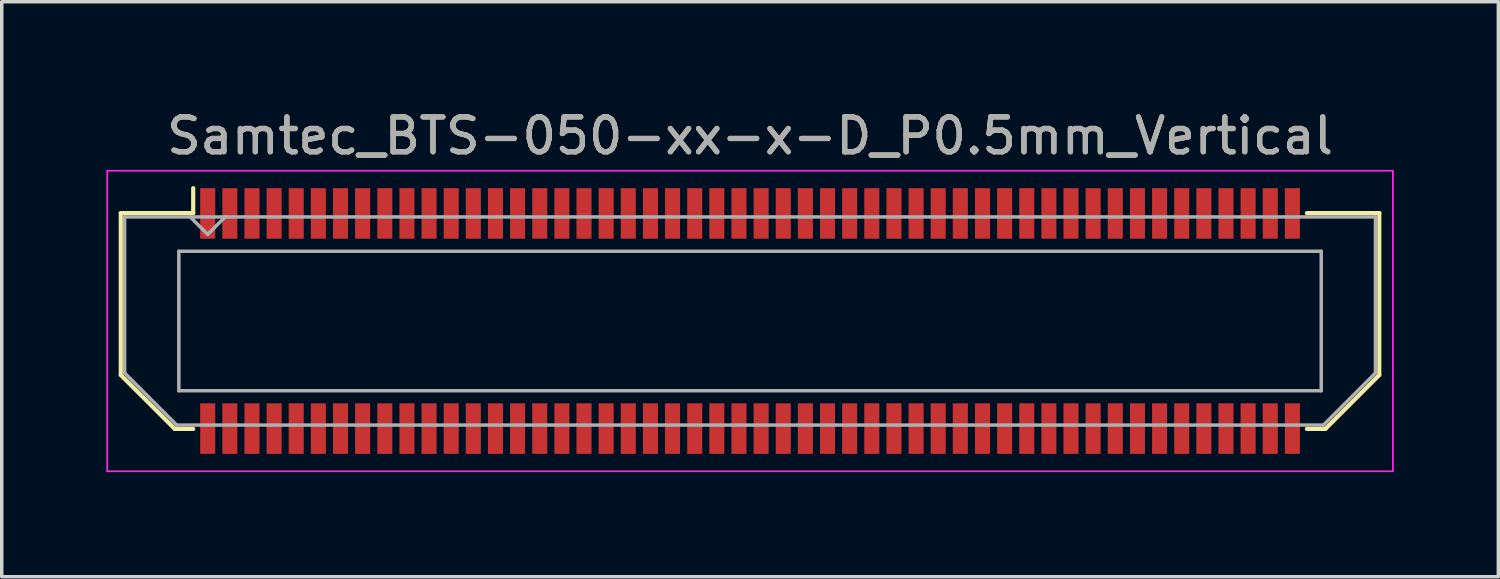
<source format=kicad_pcb>
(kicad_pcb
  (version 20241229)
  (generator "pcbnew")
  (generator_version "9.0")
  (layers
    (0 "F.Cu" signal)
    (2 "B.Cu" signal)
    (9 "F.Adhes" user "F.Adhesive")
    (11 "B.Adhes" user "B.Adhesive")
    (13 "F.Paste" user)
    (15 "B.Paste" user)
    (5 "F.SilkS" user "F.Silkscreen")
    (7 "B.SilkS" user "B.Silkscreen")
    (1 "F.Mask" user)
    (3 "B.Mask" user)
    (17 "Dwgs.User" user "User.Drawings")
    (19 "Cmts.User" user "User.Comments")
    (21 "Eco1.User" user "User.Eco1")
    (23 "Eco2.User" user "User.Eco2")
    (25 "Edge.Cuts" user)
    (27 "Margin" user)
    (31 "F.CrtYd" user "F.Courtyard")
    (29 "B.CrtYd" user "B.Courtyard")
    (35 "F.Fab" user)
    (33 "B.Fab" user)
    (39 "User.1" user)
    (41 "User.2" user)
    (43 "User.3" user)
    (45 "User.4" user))
  (footprint "Samtec_BTS-050-xx-x-D_P0.5mm_Vertical"
    (layer "F.Cu")
    (at 18.465 6.158)
    (property "Reference" "Samtec_BTS-050-xx-x-D_P0.5mm_Vertical" (at 0 -5.31 0) (layer "F.SilkS") (effects (font (size 1 1) (thickness 0.15))))
    (attr smd)
    (fp_line (start -18.05 -3.095) (end -18.05 1.548) (stroke (width 0.12) (type solid)) (layer "F.SilkS"))
    (fp_line (start -18.05 1.548) (end -16.503 3.095) (stroke (width 0.12) (type solid)) (layer "F.SilkS"))
    (fp_line (start -16.503 3.095) (end -15.973 3.095) (stroke (width 0.12) (type solid)) (layer "F.SilkS"))
    (fp_line (start -15.973 -3.811) (end -15.973 -3.095) (stroke (width 0.12) (type solid)) (layer "F.SilkS"))
    (fp_line (start -15.973 -3.095) (end -18.05 -3.095) (stroke (width 0.12) (type solid)) (layer "F.SilkS"))
    (fp_line (start 15.973 -3.095) (end 18.05 -3.095) (stroke (width 0.12) (type solid)) (layer "F.SilkS"))
    (fp_line (start 16.503 3.095) (end 15.973 3.095) (stroke (width 0.12) (type solid)) (layer "F.SilkS"))
    (fp_line (start 18.05 -3.095) (end 18.05 1.548) (stroke (width 0.12) (type solid)) (layer "F.SilkS"))
    (fp_line (start 18.05 1.548) (end 16.503 3.095) (stroke (width 0.12) (type solid)) (layer "F.SilkS"))
    (fp_line (start -18.44 -4.31) (end -18.44 4.31) (stroke (width 0.05) (type solid)) (layer "F.CrtYd"))
    (fp_line (start -18.44 4.31) (end 18.44 4.31) (stroke (width 0.05) (type solid)) (layer "F.CrtYd"))
    (fp_line (start 18.44 -4.31) (end -18.44 -4.31) (stroke (width 0.05) (type solid)) (layer "F.CrtYd"))
    (fp_line (start 18.44 4.31) (end 18.44 -4.31) (stroke (width 0.05) (type solid)) (layer "F.CrtYd"))
    (fp_line (start -17.94 -2.985) (end -17.94 1.492) (stroke (width 0.1) (type solid)) (layer "F.Fab"))
    (fp_line (start -17.94 -2.985) (end 17.94 -2.985) (stroke (width 0.1) (type solid)) (layer "F.Fab"))
    (fp_line (start -17.94 1.492) (end -16.448 2.985) (stroke (width 0.1) (type solid)) (layer "F.Fab"))
    (fp_line (start -16.448 2.985) (end 16.448 2.985) (stroke (width 0.1) (type solid)) (layer "F.Fab"))
    (fp_line (start -16.385 -2) (end -16.385 2) (stroke (width 0.1) (type solid)) (layer "F.Fab"))
    (fp_line (start -16.385 2) (end 16.385 2) (stroke (width 0.1) (type solid)) (layer "F.Fab"))
    (fp_line (start -15.557 -2.485) (end -16.058 -2.985) (stroke (width 0.1) (type solid)) (layer "F.Fab"))
    (fp_line (start -15.057 -2.985) (end -15.557 -2.485) (stroke (width 0.1) (type solid)) (layer "F.Fab"))
    (fp_line (start 16.385 -2) (end -16.385 -2) (stroke (width 0.1) (type solid)) (layer "F.Fab"))
    (fp_line (start 16.385 2) (end 16.385 -2) (stroke (width 0.1) (type solid)) (layer "F.Fab"))
    (fp_line (start 17.94 -2.985) (end 17.94 1.492) (stroke (width 0.1) (type solid)) (layer "F.Fab"))
    (fp_line (start 17.94 1.492) (end 16.448 2.985) (stroke (width 0.1) (type solid)) (layer "F.Fab"))
    (fp_text user "${REFERENCE}" (at 0 -5.31 0) (layer "F.Fab") (effects (font (size 1 1) (thickness 0.15))))
    (pad "1" smd rect (at -15.557 -3.086) (size 0.432 1.45) (layers "F.Cu" "F.Mask" "F.Paste"))
    (pad "2" smd rect (at -15.557 3.086) (size 0.432 1.45) (layers "F.Cu" "F.Mask" "F.Paste"))
    (pad "3" smd rect (at -14.922 -3.086) (size 0.432 1.45) (layers "F.Cu" "F.Mask" "F.Paste"))
    (pad "4" smd rect (at -14.922 3.086) (size 0.432 1.45) (layers "F.Cu" "F.Mask" "F.Paste"))
    (pad "5" smd rect (at -14.287 -3.086) (size 0.432 1.45) (layers "F.Cu" "F.Mask" "F.Paste"))
    (pad "6" smd rect (at -14.287 3.086) (size 0.432 1.45) (layers "F.Cu" "F.Mask" "F.Paste"))
    (pad "7" smd rect (at -13.652 -3.086) (size 0.432 1.45) (layers "F.Cu" "F.Mask" "F.Paste"))
    (pad "8" smd rect (at -13.652 3.086) (size 0.432 1.45) (layers "F.Cu" "F.Mask" "F.Paste"))
    (pad "9" smd rect (at -13.018 -3.086) (size 0.432 1.45) (layers "F.Cu" "F.Mask" "F.Paste"))
    (pad "10" smd rect (at -13.018 3.086) (size 0.432 1.45) (layers "F.Cu" "F.Mask" "F.Paste"))
    (pad "11" smd rect (at -12.383 -3.086) (size 0.432 1.45) (layers "F.Cu" "F.Mask" "F.Paste"))
    (pad "12" smd rect (at -12.383 3.086) (size 0.432 1.45) (layers "F.Cu" "F.Mask" "F.Paste"))
    (pad "13" smd rect (at -11.748 -3.086) (size 0.432 1.45) (layers "F.Cu" "F.Mask" "F.Paste"))
    (pad "14" smd rect (at -11.748 3.086) (size 0.432 1.45) (layers "F.Cu" "F.Mask" "F.Paste"))
    (pad "15" smd rect (at -11.113 -3.086) (size 0.432 1.45) (layers "F.Cu" "F.Mask" "F.Paste"))
    (pad "16" smd rect (at -11.113 3.086) (size 0.432 1.45) (layers "F.Cu" "F.Mask" "F.Paste"))
    (pad "17" smd rect (at -10.477 -3.086) (size 0.432 1.45) (layers "F.Cu" "F.Mask" "F.Paste"))
    (pad "18" smd rect (at -10.477 3.086) (size 0.432 1.45) (layers "F.Cu" "F.Mask" "F.Paste"))
    (pad "19" smd rect (at -9.842 -3.086) (size 0.432 1.45) (layers "F.Cu" "F.Mask" "F.Paste"))
    (pad "20" smd rect (at -9.842 3.086) (size 0.432 1.45) (layers "F.Cu" "F.Mask" "F.Paste"))
    (pad "21" smd rect (at -9.207 -3.086) (size 0.432 1.45) (layers "F.Cu" "F.Mask" "F.Paste"))
    (pad "22" smd rect (at -9.207 3.086) (size 0.432 1.45) (layers "F.Cu" "F.Mask" "F.Paste"))
    (pad "23" smd rect (at -8.572 -3.086) (size 0.432 1.45) (layers "F.Cu" "F.Mask" "F.Paste"))
    (pad "24" smd rect (at -8.572 3.086) (size 0.432 1.45) (layers "F.Cu" "F.Mask" "F.Paste"))
    (pad "25" smd rect (at -7.938 -3.086) (size 0.432 1.45) (layers "F.Cu" "F.Mask" "F.Paste"))
    (pad "26" smd rect (at -7.938 3.086) (size 0.432 1.45) (layers "F.Cu" "F.Mask" "F.Paste"))
    (pad "27" smd rect (at -7.303 -3.086) (size 0.432 1.45) (layers "F.Cu" "F.Mask" "F.Paste"))
    (pad "28" smd rect (at -7.303 3.086) (size 0.432 1.45) (layers "F.Cu" "F.Mask" "F.Paste"))
    (pad "29" smd rect (at -6.668 -3.086) (size 0.432 1.45) (layers "F.Cu" "F.Mask" "F.Paste"))
    (pad "30" smd rect (at -6.668 3.086) (size 0.432 1.45) (layers "F.Cu" "F.Mask" "F.Paste"))
    (pad "31" smd rect (at -6.032 -3.086) (size 0.432 1.45) (layers "F.Cu" "F.Mask" "F.Paste"))
    (pad "32" smd rect (at -6.032 3.086) (size 0.432 1.45) (layers "F.Cu" "F.Mask" "F.Paste"))
    (pad "33" smd rect (at -5.397 -3.086) (size 0.432 1.45) (layers "F.Cu" "F.Mask" "F.Paste"))
    (pad "34" smd rect (at -5.397 3.086) (size 0.432 1.45) (layers "F.Cu" "F.Mask" "F.Paste"))
    (pad "35" smd rect (at -4.763 -3.086) (size 0.432 1.45) (layers "F.Cu" "F.Mask" "F.Paste"))
    (pad "36" smd rect (at -4.763 3.086) (size 0.432 1.45) (layers "F.Cu" "F.Mask" "F.Paste"))
    (pad "37" smd rect (at -4.128 -3.086) (size 0.432 1.45) (layers "F.Cu" "F.Mask" "F.Paste"))
    (pad "38" smd rect (at -4.128 3.086) (size 0.432 1.45) (layers "F.Cu" "F.Mask" "F.Paste"))
    (pad "39" smd rect (at -3.493 -3.086) (size 0.432 1.45) (layers "F.Cu" "F.Mask" "F.Paste"))
    (pad "40" smd rect (at -3.493 3.086) (size 0.432 1.45) (layers "F.Cu" "F.Mask" "F.Paste"))
    (pad "41" smd rect (at -2.857 -3.086) (size 0.432 1.45) (layers "F.Cu" "F.Mask" "F.Paste"))
    (pad "42" smd rect (at -2.857 3.086) (size 0.432 1.45) (layers "F.Cu" "F.Mask" "F.Paste"))
    (pad "43" smd rect (at -2.223 -3.086) (size 0.432 1.45) (layers "F.Cu" "F.Mask" "F.Paste"))
    (pad "44" smd rect (at -2.223 3.086) (size 0.432 1.45) (layers "F.Cu" "F.Mask" "F.Paste"))
    (pad "45" smd rect (at -1.587 -3.086) (size 0.432 1.45) (layers "F.Cu" "F.Mask" "F.Paste"))
    (pad "46" smd rect (at -1.587 3.086) (size 0.432 1.45) (layers "F.Cu" "F.Mask" "F.Paste"))
    (pad "47" smd rect (at -0.953 -3.086) (size 0.432 1.45) (layers "F.Cu" "F.Mask" "F.Paste"))
    (pad "48" smd rect (at -0.953 3.086) (size 0.432 1.45) (layers "F.Cu" "F.Mask" "F.Paste"))
    (pad "49" smd rect (at -0.318 -3.086) (size 0.432 1.45) (layers "F.Cu" "F.Mask" "F.Paste"))
    (pad "50" smd rect (at -0.318 3.086) (size 0.432 1.45) (layers "F.Cu" "F.Mask" "F.Paste"))
    (pad "51" smd rect (at 0.318 -3.086) (size 0.432 1.45) (layers "F.Cu" "F.Mask" "F.Paste"))
    (pad "52" smd rect (at 0.318 3.086) (size 0.432 1.45) (layers "F.Cu" "F.Mask" "F.Paste"))
    (pad "53" smd rect (at 0.953 -3.086) (size 0.432 1.45) (layers "F.Cu" "F.Mask" "F.Paste"))
    (pad "54" smd rect (at 0.953 3.086) (size 0.432 1.45) (layers "F.Cu" "F.Mask" "F.Paste"))
    (pad "55" smd rect (at 1.587 -3.086) (size 0.432 1.45) (layers "F.Cu" "F.Mask" "F.Paste"))
    (pad "56" smd rect (at 1.587 3.086) (size 0.432 1.45) (layers "F.Cu" "F.Mask" "F.Paste"))
    (pad "57" smd rect (at 2.223 -3.086) (size 0.432 1.45) (layers "F.Cu" "F.Mask" "F.Paste"))
    (pad "58" smd rect (at 2.223 3.086) (size 0.432 1.45) (layers "F.Cu" "F.Mask" "F.Paste"))
    (pad "59" smd rect (at 2.857 -3.086) (size 0.432 1.45) (layers "F.Cu" "F.Mask" "F.Paste"))
    (pad "60" smd rect (at 2.857 3.086) (size 0.432 1.45) (layers "F.Cu" "F.Mask" "F.Paste"))
    (pad "61" smd rect (at 3.493 -3.086) (size 0.432 1.45) (layers "F.Cu" "F.Mask" "F.Paste"))
    (pad "62" smd rect (at 3.493 3.086) (size 0.432 1.45) (layers "F.Cu" "F.Mask" "F.Paste"))
    (pad "63" smd rect (at 4.128 -3.086) (size 0.432 1.45) (layers "F.Cu" "F.Mask" "F.Paste"))
    (pad "64" smd rect (at 4.128 3.086) (size 0.432 1.45) (layers "F.Cu" "F.Mask" "F.Paste"))
    (pad "65" smd rect (at 4.763 -3.086) (size 0.432 1.45) (layers "F.Cu" "F.Mask" "F.Paste"))
    (pad "66" smd rect (at 4.763 3.086) (size 0.432 1.45) (layers "F.Cu" "F.Mask" "F.Paste"))
    (pad "67" smd rect (at 5.397 -3.086) (size 0.432 1.45) (layers "F.Cu" "F.Mask" "F.Paste"))
    (pad "68" smd rect (at 5.397 3.086) (size 0.432 1.45) (layers "F.Cu" "F.Mask" "F.Paste"))
    (pad "69" smd rect (at 6.032 -3.086) (size 0.432 1.45) (layers "F.Cu" "F.Mask" "F.Paste"))
    (pad "70" smd rect (at 6.032 3.086) (size 0.432 1.45) (layers "F.Cu" "F.Mask" "F.Paste"))
    (pad "71" smd rect (at 6.668 -3.086) (size 0.432 1.45) (layers "F.Cu" "F.Mask" "F.Paste"))
    (pad "72" smd rect (at 6.668 3.086) (size 0.432 1.45) (layers "F.Cu" "F.Mask" "F.Paste"))
    (pad "73" smd rect (at 7.303 -3.086) (size 0.432 1.45) (layers "F.Cu" "F.Mask" "F.Paste"))
    (pad "74" smd rect (at 7.303 3.086) (size 0.432 1.45) (layers "F.Cu" "F.Mask" "F.Paste"))
    (pad "75" smd rect (at 7.938 -3.086) (size 0.432 1.45) (layers "F.Cu" "F.Mask" "F.Paste"))
    (pad "76" smd rect (at 7.938 3.086) (size 0.432 1.45) (layers "F.Cu" "F.Mask" "F.Paste"))
    (pad "77" smd rect (at 8.572 -3.086) (size 0.432 1.45) (layers "F.Cu" "F.Mask" "F.Paste"))
    (pad "78" smd rect (at 8.572 3.086) (size 0.432 1.45) (layers "F.Cu" "F.Mask" "F.Paste"))
    (pad "79" smd rect (at 9.207 -3.086) (size 0.432 1.45) (layers "F.Cu" "F.Mask" "F.Paste"))
    (pad "80" smd rect (at 9.207 3.086) (size 0.432 1.45) (layers "F.Cu" "F.Mask" "F.Paste"))
    (pad "81" smd rect (at 9.842 -3.086) (size 0.432 1.45) (layers "F.Cu" "F.Mask" "F.Paste"))
    (pad "82" smd rect (at 9.842 3.086) (size 0.432 1.45) (layers "F.Cu" "F.Mask" "F.Paste"))
    (pad "83" smd rect (at 10.477 -3.086) (size 0.432 1.45) (layers "F.Cu" "F.Mask" "F.Paste"))
    (pad "84" smd rect (at 10.477 3.086) (size 0.432 1.45) (layers "F.Cu" "F.Mask" "F.Paste"))
    (pad "85" smd rect (at 11.113 -3.086) (size 0.432 1.45) (layers "F.Cu" "F.Mask" "F.Paste"))
    (pad "86" smd rect (at 11.113 3.086) (size 0.432 1.45) (layers "F.Cu" "F.Mask" "F.Paste"))
    (pad "87" smd rect (at 11.748 -3.086) (size 0.432 1.45) (layers "F.Cu" "F.Mask" "F.Paste"))
    (pad "88" smd rect (at 11.748 3.086) (size 0.432 1.45) (layers "F.Cu" "F.Mask" "F.Paste"))
    (pad "89" smd rect (at 12.383 -3.086) (size 0.432 1.45) (layers "F.Cu" "F.Mask" "F.Paste"))
    (pad "90" smd rect (at 12.383 3.086) (size 0.432 1.45) (layers "F.Cu" "F.Mask" "F.Paste"))
    (pad "91" smd rect (at 13.018 -3.086) (size 0.432 1.45) (layers "F.Cu" "F.Mask" "F.Paste"))
    (pad "92" smd rect (at 13.018 3.086) (size 0.432 1.45) (layers "F.Cu" "F.Mask" "F.Paste"))
    (pad "93" smd rect (at 13.652 -3.086) (size 0.432 1.45) (layers "F.Cu" "F.Mask" "F.Paste"))
    (pad "94" smd rect (at 13.652 3.086) (size 0.432 1.45) (layers "F.Cu" "F.Mask" "F.Paste"))
    (pad "95" smd rect (at 14.287 -3.086) (size 0.432 1.45) (layers "F.Cu" "F.Mask" "F.Paste"))
    (pad "96" smd rect (at 14.287 3.086) (size 0.432 1.45) (layers "F.Cu" "F.Mask" "F.Paste"))
    (pad "97" smd rect (at 14.922 -3.086) (size 0.432 1.45) (layers "F.Cu" "F.Mask" "F.Paste"))
    (pad "98" smd rect (at 14.922 3.086) (size 0.432 1.45) (layers "F.Cu" "F.Mask" "F.Paste"))
    (pad "99" smd rect (at 15.557 -3.086) (size 0.432 1.45) (layers "F.Cu" "F.Mask" "F.Paste"))
    (pad "100" smd rect (at 15.557 3.086) (size 0.432 1.45) (layers "F.Cu" "F.Mask" "F.Paste")))
  (gr_rect
    (start -3 -3)
    (end 39.93 13.493)
    (stroke (width 0.1) (type default))
    (fill no)
    (layer "Edge.Cuts")))
</source>
